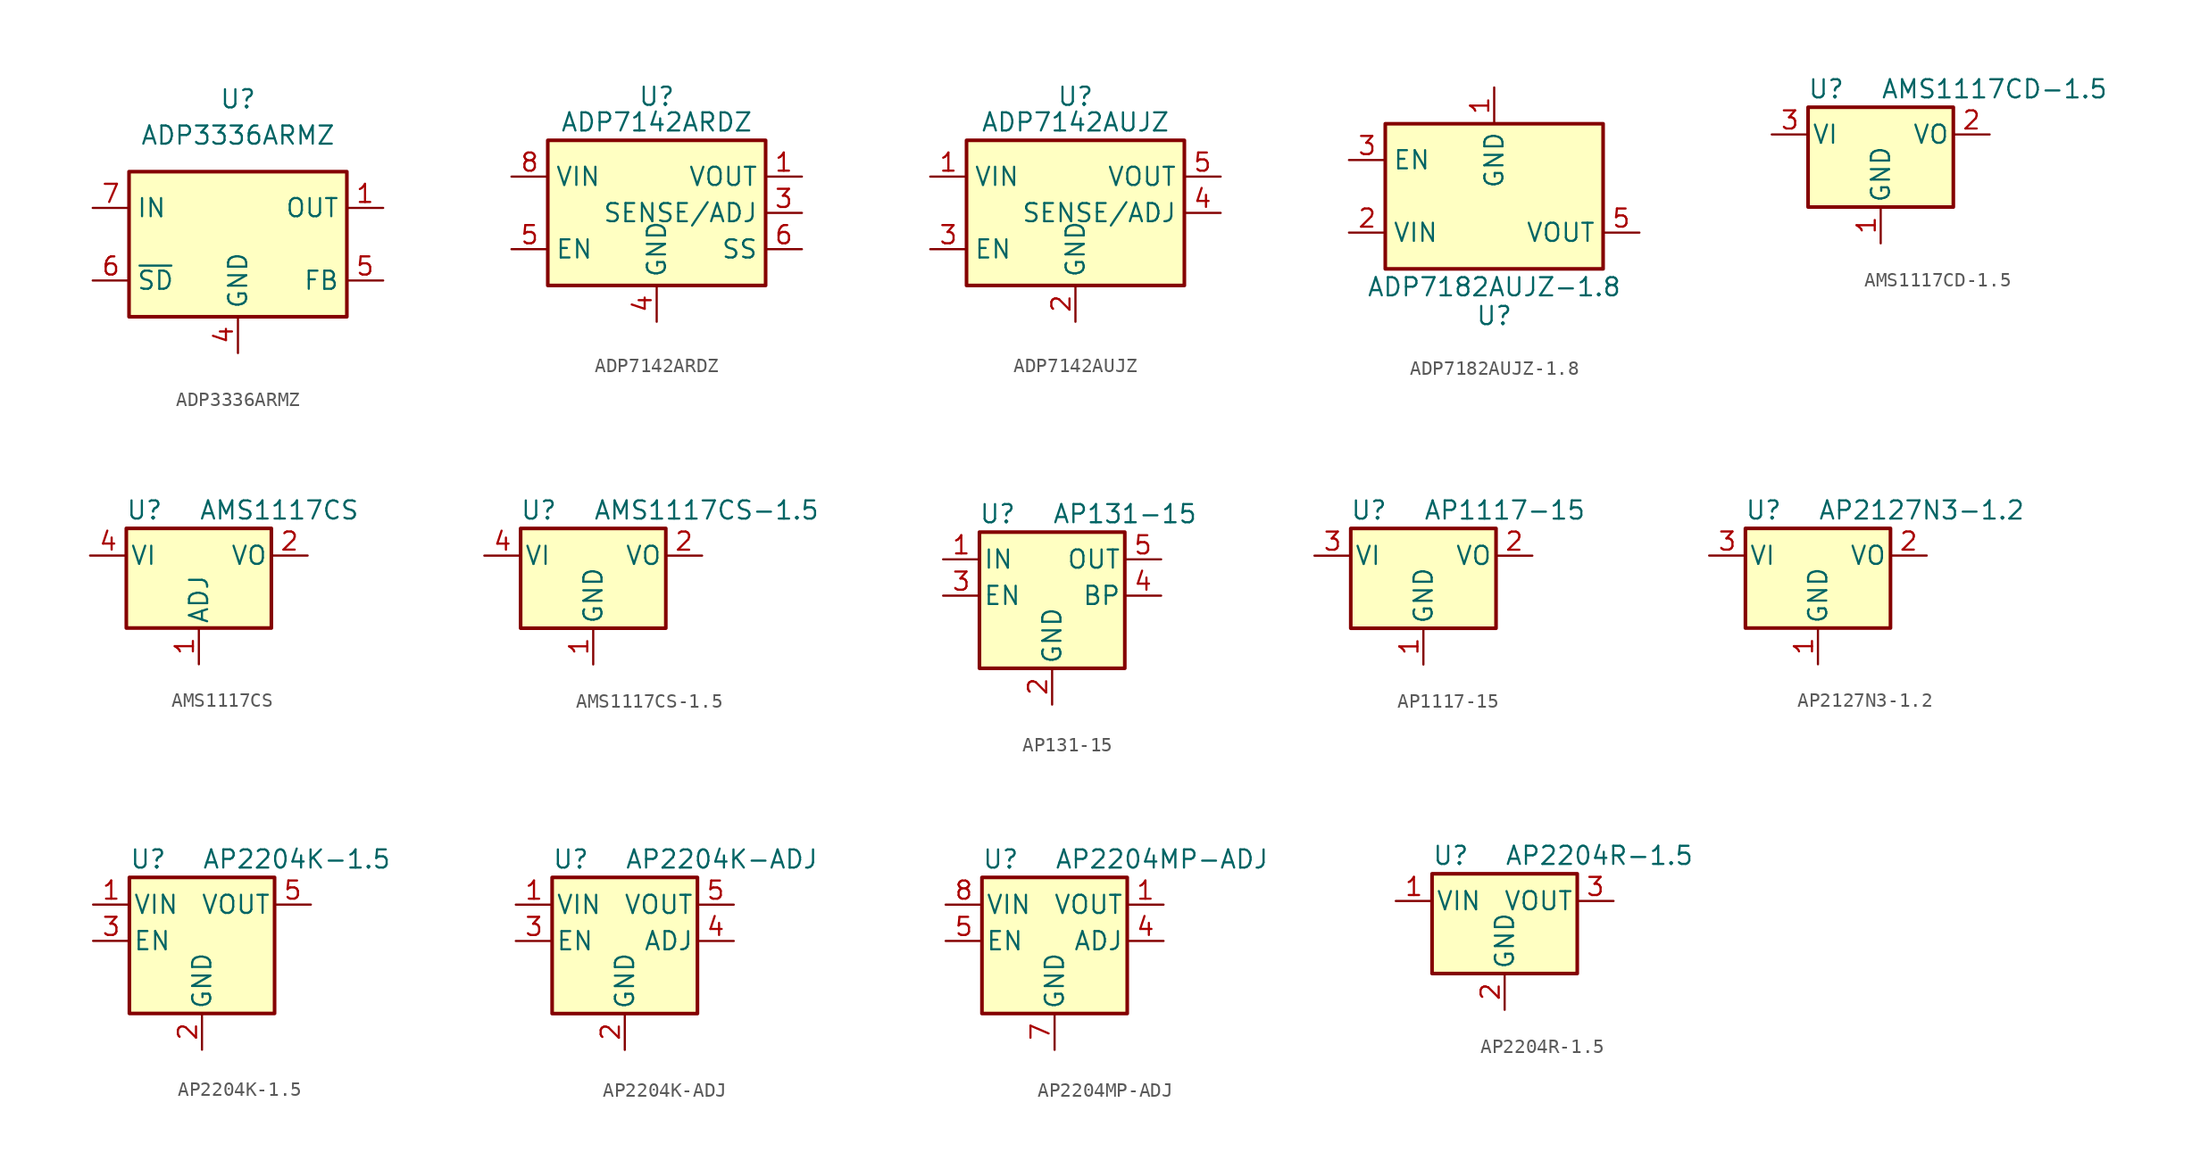
<source format=kicad_sym>
(kicad_symbol_lib
  (version 20220914)
  (generator kicad_symbol_editor)
  (symbol "ADP3336ARMZ"
    (property "Reference" "U"
      (at 0 10.16 0)
      (effects (font (size 1.27 1.27))))
    (property "Value" "ADP3336ARMZ"
      (at 0 7.62 0)
      (effects (font (size 1.27 1.27))))
    (symbol "ADP3336ARMZ_1_1"
      (rectangle (start -7.62 5.08) (end 7.62 -5.08) (stroke (width 0.254) (type solid)) (fill (type background)))
      (pin power_out line (at 10.16 2.54 180) (length 2.54) (name "OUT" (effects (font (size 1.27 1.27)))) (number "1" (effects (font (size 1.27 1.27)))))
      (pin passive line (at 10.16 2.54 180) (length 2.54) hide (name "OUT" (effects (font (size 1.27 1.27)))) (number "2" (effects (font (size 1.27 1.27)))))
      (pin passive line (at 10.16 2.54 180) (length 2.54) hide (name "OUT" (effects (font (size 1.27 1.27)))) (number "3" (effects (font (size 1.27 1.27)))))
      (pin power_in line (at 0 -7.62 90) (length 2.54) (name "GND" (effects (font (size 1.27 1.27)))) (number "4" (effects (font (size 1.27 1.27)))))
      (pin passive line (at 10.16 -2.54 180) (length 2.54) (name "FB" (effects (font (size 1.27 1.27)))) (number "5" (effects (font (size 1.27 1.27)))))
      (pin input line (at -10.16 -2.54 0) (length 2.54) (name "~{SD}" (effects (font (size 1.27 1.27)))) (number "6" (effects (font (size 1.27 1.27)))))
      (pin power_in line (at -10.16 2.54 0) (length 2.54) (name "IN" (effects (font (size 1.27 1.27)))) (number "7" (effects (font (size 1.27 1.27)))))
      (pin passive line (at -10.16 2.54 0) (length 2.54) hide (name "IN" (effects (font (size 1.27 1.27)))) (number "8" (effects (font (size 1.27 1.27)))))))
  (symbol "ADP7142ARDZ"
    (property "Reference" "U"
      (at 0 8.89 0)
      (effects (font (size 1.27 1.27)) (justify top)))
    (property "Value" "ADP7142ARDZ"
      (at 0 6.35 0)
      (effects (font (size 1.27 1.27))))
    (symbol "ADP7142ARDZ_0_1"
      (rectangle (start -7.62 5.08) (end 7.62 -5.08) (stroke (width 0.254) (type solid)) (fill (type background))))
    (symbol "ADP7142ARDZ_1_1"
      (pin power_out line (at 10.16 2.54 180) (length 2.54) (name "VOUT" (effects (font (size 1.27 1.27)))) (number "1" (effects (font (size 1.27 1.27)))))
      (pin passive line (at 10.16 2.54 180) (length 2.54) hide (name "VOUT" (effects (font (size 1.27 1.27)))) (number "2" (effects (font (size 1.27 1.27)))))
      (pin input line (at 10.16 0 180) (length 2.54) (name "SENSE/ADJ" (effects (font (size 1.27 1.27)))) (number "3" (effects (font (size 1.27 1.27)))))
      (pin power_in line (at 0 -7.62 90) (length 2.54) (name "GND" (effects (font (size 1.27 1.27)))) (number "4" (effects (font (size 1.27 1.27)))))
      (pin input line (at -10.16 -2.54 0) (length 2.54) (name "EN" (effects (font (size 1.27 1.27)))) (number "5" (effects (font (size 1.27 1.27)))))
      (pin passive line (at 10.16 -2.54 180) (length 2.54) (name "SS" (effects (font (size 1.27 1.27)))) (number "6" (effects (font (size 1.27 1.27)))))
      (pin passive line (at -10.16 2.54 0) (length 2.54) hide (name "VIN" (effects (font (size 1.27 1.27)))) (number "7" (effects (font (size 1.27 1.27)))))
      (pin power_in line (at -10.16 2.54 0) (length 2.54) (name "VIN" (effects (font (size 1.27 1.27)))) (number "8" (effects (font (size 1.27 1.27)))))
      (pin passive line (at 0 -7.62 90) (length 2.54) hide (name "GND" (effects (font (size 1.27 1.27)))) (number "9" (effects (font (size 1.27 1.27)))))))
  (symbol "ADP7142AUJZ"
    (property "Reference" "U"
      (at 0 8.89 0)
      (effects (font (size 1.27 1.27)) (justify top)))
    (property "Value" "ADP7142AUJZ"
      (at 0 6.35 0)
      (effects (font (size 1.27 1.27))))
    (symbol "ADP7142AUJZ_0_1"
      (rectangle (start -7.62 5.08) (end 7.62 -5.08) (stroke (width 0.254) (type solid)) (fill (type background))))
    (symbol "ADP7142AUJZ_1_1"
      (pin power_in line (at -10.16 2.54 0) (length 2.54) (name "VIN" (effects (font (size 1.27 1.27)))) (number "1" (effects (font (size 1.27 1.27)))))
      (pin power_in line (at 0 -7.62 90) (length 2.54) (name "GND" (effects (font (size 1.27 1.27)))) (number "2" (effects (font (size 1.27 1.27)))))
      (pin input line (at -10.16 -2.54 0) (length 2.54) (name "EN" (effects (font (size 1.27 1.27)))) (number "3" (effects (font (size 1.27 1.27)))))
      (pin input line (at 10.16 0 180) (length 2.54) (name "SENSE/ADJ" (effects (font (size 1.27 1.27)))) (number "4" (effects (font (size 1.27 1.27)))))
      (pin power_out line (at 10.16 2.54 180) (length 2.54) (name "VOUT" (effects (font (size 1.27 1.27)))) (number "5" (effects (font (size 1.27 1.27)))))))
  (symbol "ADP7182AUJZ-1.8"
    (property "Reference" "U"
      (at 0 -7.62 0)
      (effects (font (size 1.27 1.27)) (justify top)))
    (property "Value" "ADP7182AUJZ-1.8"
      (at 0 -6.35 0)
      (effects (font (size 1.27 1.27))))
    (symbol "ADP7182AUJZ-1.8_0_1"
      (rectangle (start -7.62 5.08) (end 7.62 -5.08) (stroke (width 0.254) (type solid)) (fill (type background))))
    (symbol "ADP7182AUJZ-1.8_1_1"
      (pin power_in line (at 0 7.62 270) (length 2.54) (name "GND" (effects (font (size 1.27 1.27)))) (number "1" (effects (font (size 1.27 1.27)))))
      (pin power_in line (at -10.16 -2.54 0) (length 2.54) (name "VIN" (effects (font (size 1.27 1.27)))) (number "2" (effects (font (size 1.27 1.27)))))
      (pin input line (at -10.16 2.54 0) (length 2.54) (name "EN" (effects (font (size 1.27 1.27)))) (number "3" (effects (font (size 1.27 1.27)))))
      (pin no_connect line (at 7.62 0 180) (length 2.54) hide (name "NC" (effects (font (size 1.27 1.27)))) (number "4" (effects (font (size 1.27 1.27)))))
      (pin power_out line (at 10.16 -2.54 180) (length 2.54) (name "VOUT" (effects (font (size 1.27 1.27)))) (number "5" (effects (font (size 1.27 1.27)))))))
  (symbol "AMS1117CD-1.5"
    (pin_names
      (offset 0.254))
    (property "Reference" "U"
      (at -3.81 3.175 0)
      (effects (font (size 1.27 1.27))))
    (property "Value" "AMS1117CD-1.5"
      (at 0 3.175 0)
      (effects (font (size 1.27 1.27)) (justify left)))
    (symbol "AMS1117CD-1.5_0_1"
      (rectangle (start -5.08 -5.08) (end 5.08 1.905) (stroke (width 0.254) (type solid)) (fill (type background))))
    (symbol "AMS1117CD-1.5_1_1"
      (pin power_in line (at 0 -7.62 90) (length 2.54) (name "GND" (effects (font (size 1.27 1.27)))) (number "1" (effects (font (size 1.27 1.27)))))
      (pin power_out line (at 7.62 0 180) (length 2.54) (name "VO" (effects (font (size 1.27 1.27)))) (number "2" (effects (font (size 1.27 1.27)))))
      (pin power_in line (at -7.62 0 0) (length 2.54) (name "VI" (effects (font (size 1.27 1.27)))) (number "3" (effects (font (size 1.27 1.27)))))))
  (symbol "AMS1117CS"
    (pin_names
      (offset 0.254))
    (property "Reference" "U"
      (at -3.81 3.175 0)
      (effects (font (size 1.27 1.27))))
    (property "Value" "AMS1117CS"
      (at 0 3.175 0)
      (effects (font (size 1.27 1.27)) (justify left)))
    (symbol "AMS1117CS_0_1"
      (rectangle (start -5.08 -5.08) (end 5.08 1.905) (stroke (width 0.254) (type solid)) (fill (type background))))
    (symbol "AMS1117CS_1_1"
      (pin input line (at 0 -7.62 90) (length 2.54) (name "ADJ" (effects (font (size 1.27 1.27)))) (number "1" (effects (font (size 1.27 1.27)))))
      (pin power_out line (at 7.62 0 180) (length 2.54) (name "VO" (effects (font (size 1.27 1.27)))) (number "2" (effects (font (size 1.27 1.27)))))
      (pin passive line (at 7.62 0 180) (length 2.54) hide (name "VO" (effects (font (size 1.27 1.27)))) (number "3" (effects (font (size 1.27 1.27)))))
      (pin power_in line (at -7.62 0 0) (length 2.54) (name "VI" (effects (font (size 1.27 1.27)))) (number "4" (effects (font (size 1.27 1.27)))))
      (pin no_connect line (at -2.54 -2.54 180) (length 2.54) hide (name "NC" (effects (font (size 1.27 1.27)))) (number "5" (effects (font (size 1.27 1.27)))))
      (pin passive line (at 7.62 0 180) (length 2.54) hide (name "VO" (effects (font (size 1.27 1.27)))) (number "6" (effects (font (size 1.27 1.27)))))
      (pin passive line (at 7.62 0 180) (length 2.54) hide (name "VO" (effects (font (size 1.27 1.27)))) (number "7" (effects (font (size 1.27 1.27)))))
      (pin no_connect line (at 2.54 -2.54 0) (length 2.54) hide (name "NC" (effects (font (size 1.27 1.27)))) (number "8" (effects (font (size 1.27 1.27)))))))
  (symbol "AMS1117CS-1.5"
    (pin_names
      (offset 0.254))
    (property "Reference" "U"
      (at -3.81 3.175 0)
      (effects (font (size 1.27 1.27))))
    (property "Value" "AMS1117CS-1.5"
      (at 0 3.175 0)
      (effects (font (size 1.27 1.27)) (justify left)))
    (symbol "AMS1117CS-1.5_0_1"
      (rectangle (start -5.08 -5.08) (end 5.08 1.905) (stroke (width 0.254) (type solid)) (fill (type background))))
    (symbol "AMS1117CS-1.5_1_1"
      (pin power_in line (at 0 -7.62 90) (length 2.54) (name "GND" (effects (font (size 1.27 1.27)))) (number "1" (effects (font (size 1.27 1.27)))))
      (pin power_out line (at 7.62 0 180) (length 2.54) (name "VO" (effects (font (size 1.27 1.27)))) (number "2" (effects (font (size 1.27 1.27)))))
      (pin passive line (at 7.62 0 180) (length 2.54) hide (name "VO" (effects (font (size 1.27 1.27)))) (number "3" (effects (font (size 1.27 1.27)))))
      (pin power_in line (at -7.62 0 0) (length 2.54) (name "VI" (effects (font (size 1.27 1.27)))) (number "4" (effects (font (size 1.27 1.27)))))
      (pin no_connect line (at -2.54 -2.54 180) (length 2.54) hide (name "NC" (effects (font (size 1.27 1.27)))) (number "5" (effects (font (size 1.27 1.27)))))
      (pin passive line (at 7.62 0 180) (length 2.54) hide (name "VO" (effects (font (size 1.27 1.27)))) (number "6" (effects (font (size 1.27 1.27)))))
      (pin passive line (at 7.62 0 180) (length 2.54) hide (name "VO" (effects (font (size 1.27 1.27)))) (number "7" (effects (font (size 1.27 1.27)))))
      (pin no_connect line (at 2.54 -2.54 0) (length 2.54) hide (name "NC" (effects (font (size 1.27 1.27)))) (number "8" (effects (font (size 1.27 1.27)))))))
  (symbol "AP131-15"
    (pin_names
      (offset 0.254))
    (property "Reference" "U"
      (at -3.81 5.715 0)
      (effects (font (size 1.27 1.27))))
    (property "Value" "AP131-15"
      (at 0 5.715 0)
      (effects (font (size 1.27 1.27)) (justify left)))
    (symbol "AP131-15_0_1"
      (rectangle (start -5.08 4.445) (end 5.08 -5.08) (stroke (width 0.254) (type solid)) (fill (type background))))
    (symbol "AP131-15_1_1"
      (pin power_in line (at -7.62 2.54 0) (length 2.54) (name "IN" (effects (font (size 1.27 1.27)))) (number "1" (effects (font (size 1.27 1.27)))))
      (pin power_in line (at 0 -7.62 90) (length 2.54) (name "GND" (effects (font (size 1.27 1.27)))) (number "2" (effects (font (size 1.27 1.27)))))
      (pin input line (at -7.62 0 0) (length 2.54) (name "EN" (effects (font (size 1.27 1.27)))) (number "3" (effects (font (size 1.27 1.27)))))
      (pin input line (at 7.62 0 180) (length 2.54) (name "BP" (effects (font (size 1.27 1.27)))) (number "4" (effects (font (size 1.27 1.27)))))
      (pin power_out line (at 7.62 2.54 180) (length 2.54) (name "OUT" (effects (font (size 1.27 1.27)))) (number "5" (effects (font (size 1.27 1.27)))))))
  (symbol "AP1117-15"
    (pin_names
      (offset 0.254))
    (property "Reference" "U"
      (at -3.81 3.175 0)
      (effects (font (size 1.27 1.27))))
    (property "Value" "AP1117-15"
      (at 0 3.175 0)
      (effects (font (size 1.27 1.27)) (justify left)))
    (symbol "AP1117-15_0_1"
      (rectangle (start -5.08 -5.08) (end 5.08 1.905) (stroke (width 0.254) (type solid)) (fill (type background))))
    (symbol "AP1117-15_1_1"
      (pin power_in line (at 0 -7.62 90) (length 2.54) (name "GND" (effects (font (size 1.27 1.27)))) (number "1" (effects (font (size 1.27 1.27)))))
      (pin power_out line (at 7.62 0 180) (length 2.54) (name "VO" (effects (font (size 1.27 1.27)))) (number "2" (effects (font (size 1.27 1.27)))))
      (pin power_in line (at -7.62 0 0) (length 2.54) (name "VI" (effects (font (size 1.27 1.27)))) (number "3" (effects (font (size 1.27 1.27)))))))
  (symbol "AP2127N3-1.2"
    (pin_names
      (offset 0.254))
    (property "Reference" "U"
      (at -3.81 3.175 0)
      (effects (font (size 1.27 1.27))))
    (property "Value" "AP2127N3-1.2"
      (at 0 3.175 0)
      (effects (font (size 1.27 1.27)) (justify left)))
    (symbol "AP2127N3-1.2_0_1"
      (rectangle (start -5.08 1.905) (end 5.08 -5.08) (stroke (width 0.254) (type solid)) (fill (type background))))
    (symbol "AP2127N3-1.2_1_1"
      (pin power_in line (at 0 -7.62 90) (length 2.54) (name "GND" (effects (font (size 1.27 1.27)))) (number "1" (effects (font (size 1.27 1.27)))))
      (pin power_out line (at 7.62 0 180) (length 2.54) (name "VO" (effects (font (size 1.27 1.27)))) (number "2" (effects (font (size 1.27 1.27)))))
      (pin power_in line (at -7.62 0 0) (length 2.54) (name "VI" (effects (font (size 1.27 1.27)))) (number "3" (effects (font (size 1.27 1.27)))))))
  (symbol "AP2204K-1.5"
    (pin_names
      (offset 0.254))
    (property "Reference" "U"
      (at -5.08 5.715 0)
      (effects (font (size 1.27 1.27)) (justify left)))
    (property "Value" "AP2204K-1.5"
      (at 0 5.715 0)
      (effects (font (size 1.27 1.27)) (justify left)))
    (symbol "AP2204K-1.5_0_1"
      (rectangle (start -5.08 4.445) (end 5.08 -5.08) (stroke (width 0.254) (type solid)) (fill (type background))))
    (symbol "AP2204K-1.5_1_1"
      (pin power_in line (at -7.62 2.54 0) (length 2.54) (name "VIN" (effects (font (size 1.27 1.27)))) (number "1" (effects (font (size 1.27 1.27)))))
      (pin power_in line (at 0 -7.62 90) (length 2.54) (name "GND" (effects (font (size 1.27 1.27)))) (number "2" (effects (font (size 1.27 1.27)))))
      (pin input line (at -7.62 0 0) (length 2.54) (name "EN" (effects (font (size 1.27 1.27)))) (number "3" (effects (font (size 1.27 1.27)))))
      (pin no_connect line (at 5.08 0 180) (length 2.54) hide (name "NC" (effects (font (size 1.27 1.27)))) (number "4" (effects (font (size 1.27 1.27)))))
      (pin power_out line (at 7.62 2.54 180) (length 2.54) (name "VOUT" (effects (font (size 1.27 1.27)))) (number "5" (effects (font (size 1.27 1.27)))))))
  (symbol "AP2204K-ADJ"
    (pin_names
      (offset 0.254))
    (property "Reference" "U"
      (at -5.08 5.715 0)
      (effects (font (size 1.27 1.27)) (justify left)))
    (property "Value" "AP2204K-ADJ"
      (at 0 5.715 0)
      (effects (font (size 1.27 1.27)) (justify left)))
    (symbol "AP2204K-ADJ_0_1"
      (rectangle (start -5.08 4.445) (end 5.08 -5.08) (stroke (width 0.254) (type solid)) (fill (type background))))
    (symbol "AP2204K-ADJ_1_1"
      (pin power_in line (at -7.62 2.54 0) (length 2.54) (name "VIN" (effects (font (size 1.27 1.27)))) (number "1" (effects (font (size 1.27 1.27)))))
      (pin power_in line (at 0 -7.62 90) (length 2.54) (name "GND" (effects (font (size 1.27 1.27)))) (number "2" (effects (font (size 1.27 1.27)))))
      (pin input line (at -7.62 0 0) (length 2.54) (name "EN" (effects (font (size 1.27 1.27)))) (number "3" (effects (font (size 1.27 1.27)))))
      (pin input line (at 7.62 0 180) (length 2.54) (name "ADJ" (effects (font (size 1.27 1.27)))) (number "4" (effects (font (size 1.27 1.27)))))
      (pin power_out line (at 7.62 2.54 180) (length 2.54) (name "VOUT" (effects (font (size 1.27 1.27)))) (number "5" (effects (font (size 1.27 1.27)))))))
  (symbol "AP2204MP-ADJ"
    (pin_names
      (offset 0.254))
    (property "Reference" "U"
      (at -5.08 5.715 0)
      (effects (font (size 1.27 1.27)) (justify left)))
    (property "Value" "AP2204MP-ADJ"
      (at 0 5.715 0)
      (effects (font (size 1.27 1.27)) (justify left)))
    (symbol "AP2204MP-ADJ_0_1"
      (rectangle (start -5.08 4.445) (end 5.08 -5.08) (stroke (width 0.254) (type solid)) (fill (type background))))
    (symbol "AP2204MP-ADJ_1_1"
      (pin power_out line (at 7.62 2.54 180) (length 2.54) (name "VOUT" (effects (font (size 1.27 1.27)))) (number "1" (effects (font (size 1.27 1.27)))))
      (pin no_connect line (at -7.62 -2.54 0) (length 2.54) hide (name "NC" (effects (font (size 1.27 1.27)))) (number "2" (effects (font (size 1.27 1.27)))))
      (pin no_connect line (at -2.54 -7.62 90) (length 2.54) hide (name "NC" (effects (font (size 1.27 1.27)))) (number "3" (effects (font (size 1.27 1.27)))))
      (pin input line (at 7.62 0 180) (length 2.54) (name "ADJ" (effects (font (size 1.27 1.27)))) (number "4" (effects (font (size 1.27 1.27)))))
      (pin input line (at -7.62 0 0) (length 2.54) (name "EN" (effects (font (size 1.27 1.27)))) (number "5" (effects (font (size 1.27 1.27)))))
      (pin no_connect line (at 7.62 -2.54 180) (length 2.54) hide (name "NC" (effects (font (size 1.27 1.27)))) (number "6" (effects (font (size 1.27 1.27)))))
      (pin power_in line (at 0 -7.62 90) (length 2.54) (name "GND" (effects (font (size 1.27 1.27)))) (number "7" (effects (font (size 1.27 1.27)))))
      (pin power_in line (at -7.62 2.54 0) (length 2.54) (name "VIN" (effects (font (size 1.27 1.27)))) (number "8" (effects (font (size 1.27 1.27)))))
      (pin passive line (at 0 -7.62 90) (length 2.54) hide (name "GND" (effects (font (size 1.27 1.27)))) (number "9" (effects (font (size 1.27 1.27)))))))
  (symbol "AP2204R-1.5"
    (pin_names
      (offset 0.254))
    (property "Reference" "U"
      (at -5.08 3.175 0)
      (effects (font (size 1.27 1.27)) (justify left)))
    (property "Value" "AP2204R-1.5"
      (at 0 3.175 0)
      (effects (font (size 1.27 1.27)) (justify left)))
    (symbol "AP2204R-1.5_0_1"
      (rectangle (start -5.08 1.905) (end 5.08 -5.08) (stroke (width 0.254) (type solid)) (fill (type background))))
    (symbol "AP2204R-1.5_1_1"
      (pin power_in line (at -7.62 0 0) (length 2.54) (name "VIN" (effects (font (size 1.27 1.27)))) (number "1" (effects (font (size 1.27 1.27)))))
      (pin power_in line (at 0 -7.62 90) (length 2.54) (name "GND" (effects (font (size 1.27 1.27)))) (number "2" (effects (font (size 1.27 1.27)))))
      (pin power_out line (at 7.62 0 180) (length 2.54) (name "VOUT" (effects (font (size 1.27 1.27)))) (number "3" (effects (font (size 1.27 1.27))))))))
</source>
